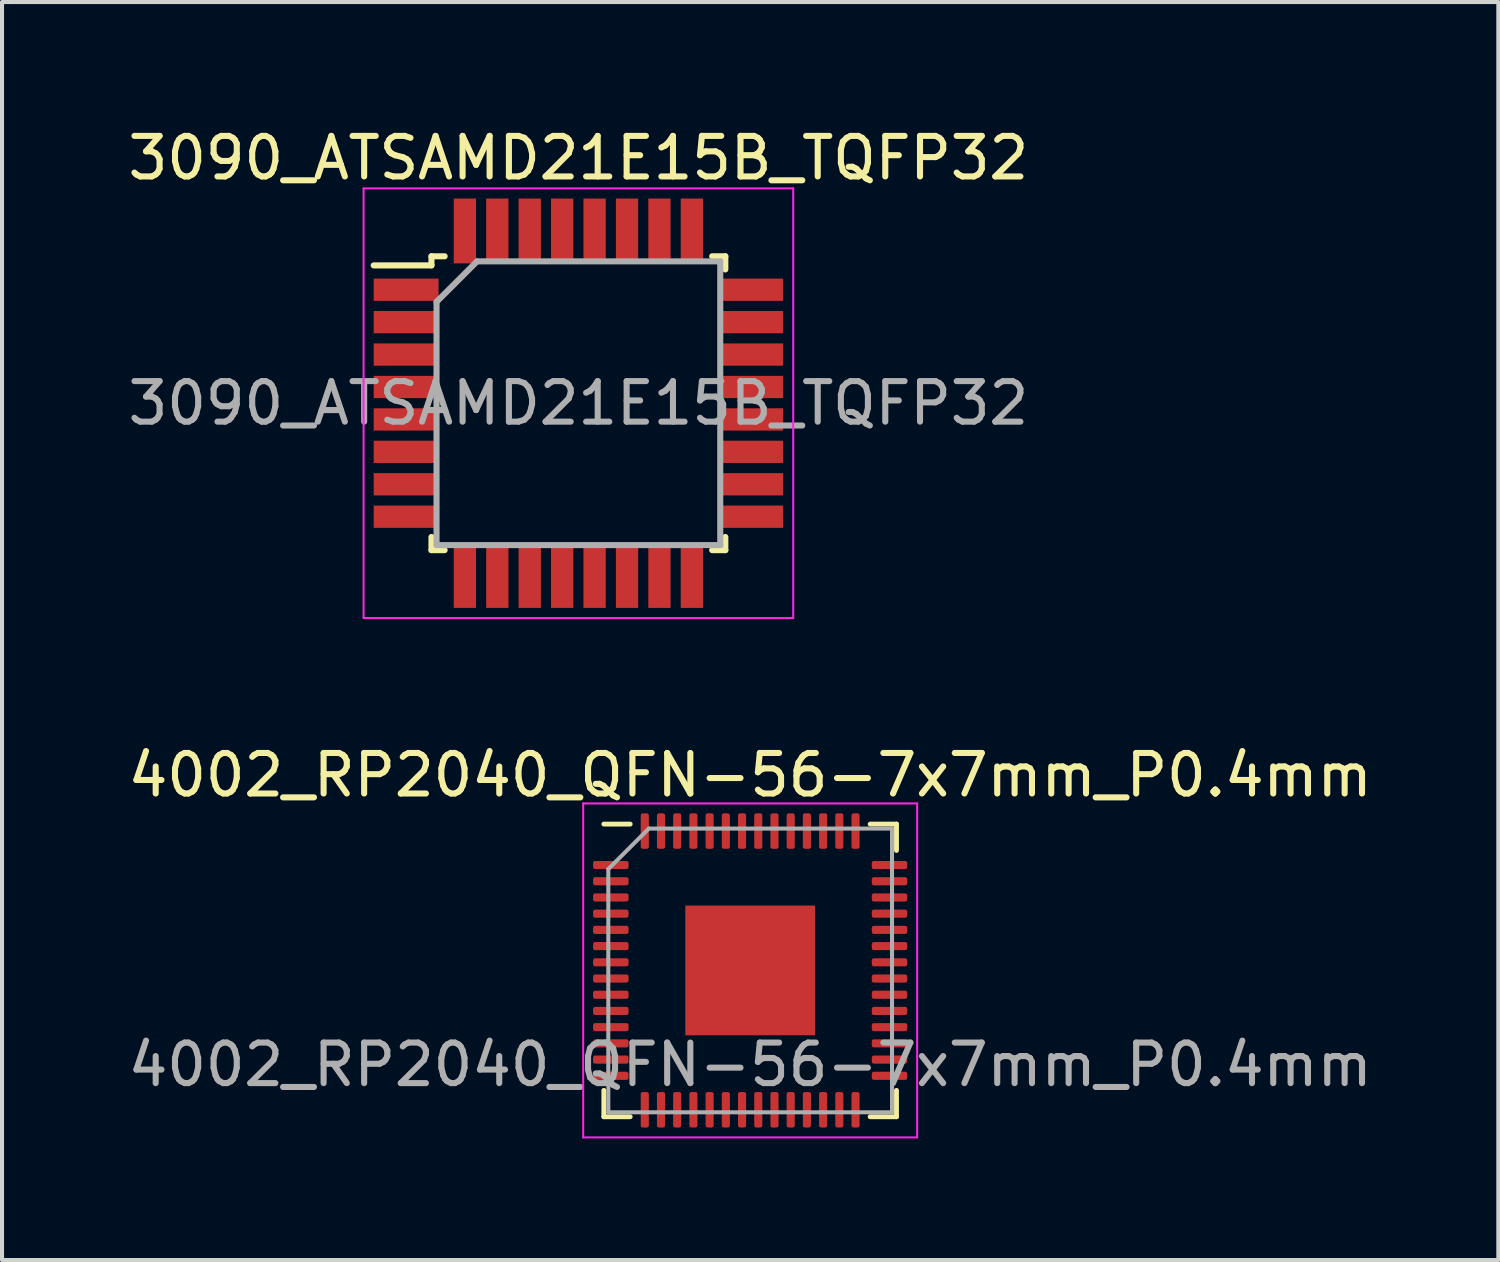
<source format=kicad_pcb>
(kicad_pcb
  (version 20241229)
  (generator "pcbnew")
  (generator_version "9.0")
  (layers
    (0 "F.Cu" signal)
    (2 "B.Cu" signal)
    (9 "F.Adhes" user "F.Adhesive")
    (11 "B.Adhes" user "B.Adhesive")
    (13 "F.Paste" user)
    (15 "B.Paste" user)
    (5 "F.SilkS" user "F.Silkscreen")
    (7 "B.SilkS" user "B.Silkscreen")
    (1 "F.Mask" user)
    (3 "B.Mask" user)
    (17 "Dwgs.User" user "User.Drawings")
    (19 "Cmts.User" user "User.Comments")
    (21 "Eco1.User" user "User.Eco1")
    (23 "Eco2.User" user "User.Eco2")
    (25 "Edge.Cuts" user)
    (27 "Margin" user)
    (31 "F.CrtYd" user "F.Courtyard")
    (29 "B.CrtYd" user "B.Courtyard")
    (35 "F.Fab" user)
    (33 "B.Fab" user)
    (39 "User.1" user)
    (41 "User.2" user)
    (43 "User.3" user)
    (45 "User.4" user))
  (footprint "3090_ATSAMD21E15B_TQFP32"
    (layer "F.Cu")
    (at 11.22 6.898)
    (property "Reference" "3090_ATSAMD21E15B_TQFP32" (at 0 -6.05 0) (layer "F.SilkS") (effects (font (size 1 1) (thickness 0.15))))
    (attr smd)
    (fp_line (start -3.625 -3.625) (end -3.625 -3.4) (stroke (width 0.15) (type solid)) (layer "F.SilkS"))
    (fp_line (start -3.625 -3.625) (end -3.3 -3.625) (stroke (width 0.15) (type solid)) (layer "F.SilkS"))
    (fp_line (start -3.625 -3.4) (end -5.05 -3.4) (stroke (width 0.15) (type solid)) (layer "F.SilkS"))
    (fp_line (start -3.625 3.625) (end -3.625 3.3) (stroke (width 0.15) (type solid)) (layer "F.SilkS"))
    (fp_line (start -3.625 3.625) (end -3.3 3.625) (stroke (width 0.15) (type solid)) (layer "F.SilkS"))
    (fp_line (start 3.625 -3.625) (end 3.3 -3.625) (stroke (width 0.15) (type solid)) (layer "F.SilkS"))
    (fp_line (start 3.625 -3.625) (end 3.625 -3.3) (stroke (width 0.15) (type solid)) (layer "F.SilkS"))
    (fp_line (start 3.625 3.625) (end 3.3 3.625) (stroke (width 0.15) (type solid)) (layer "F.SilkS"))
    (fp_line (start 3.625 3.625) (end 3.625 3.3) (stroke (width 0.15) (type solid)) (layer "F.SilkS"))
    (fp_line (start -5.3 -5.3) (end -5.3 5.3) (stroke (width 0.05) (type solid)) (layer "F.CrtYd"))
    (fp_line (start -5.3 -5.3) (end 5.3 -5.3) (stroke (width 0.05) (type solid)) (layer "F.CrtYd"))
    (fp_line (start -5.3 5.3) (end 5.3 5.3) (stroke (width 0.05) (type solid)) (layer "F.CrtYd"))
    (fp_line (start 5.3 -5.3) (end 5.3 5.3) (stroke (width 0.05) (type solid)) (layer "F.CrtYd"))
    (fp_line (start -3.5 -2.5) (end -2.5 -3.5) (stroke (width 0.15) (type solid)) (layer "F.Fab"))
    (fp_line (start -3.5 3.5) (end -3.5 -2.5) (stroke (width 0.15) (type solid)) (layer "F.Fab"))
    (fp_line (start -2.5 -3.5) (end 3.5 -3.5) (stroke (width 0.15) (type solid)) (layer "F.Fab"))
    (fp_line (start 3.5 -3.5) (end 3.5 3.5) (stroke (width 0.15) (type solid)) (layer "F.Fab"))
    (fp_line (start 3.5 3.5) (end -3.5 3.5) (stroke (width 0.15) (type solid)) (layer "F.Fab"))
    (fp_text user "${REFERENCE}" (at 0 0 0) (layer "F.Fab") (effects (font (size 1 1) (thickness 0.15))))
    (pad "1" smd rect (at -4.25 -2.8) (size 1.6 0.55) (layers "F.Cu" "F.Mask" "F.Paste"))
    (pad "2" smd rect (at -4.25 -2) (size 1.6 0.55) (layers "F.Cu" "F.Mask" "F.Paste"))
    (pad "3" smd rect (at -4.25 -1.2) (size 1.6 0.55) (layers "F.Cu" "F.Mask" "F.Paste"))
    (pad "4" smd rect (at -4.25 -0.4) (size 1.6 0.55) (layers "F.Cu" "F.Mask" "F.Paste"))
    (pad "5" smd rect (at -4.25 0.4) (size 1.6 0.55) (layers "F.Cu" "F.Mask" "F.Paste"))
    (pad "6" smd rect (at -4.25 1.2) (size 1.6 0.55) (layers "F.Cu" "F.Mask" "F.Paste"))
    (pad "7" smd rect (at -4.25 2) (size 1.6 0.55) (layers "F.Cu" "F.Mask" "F.Paste"))
    (pad "8" smd rect (at -4.25 2.8) (size 1.6 0.55) (layers "F.Cu" "F.Mask" "F.Paste"))
    (pad "9" smd rect (at -2.8 4.25 90) (size 1.6 0.55) (layers "F.Cu" "F.Mask" "F.Paste"))
    (pad "10" smd rect (at -2 4.25 90) (size 1.6 0.55) (layers "F.Cu" "F.Mask" "F.Paste"))
    (pad "11" smd rect (at -1.2 4.25 90) (size 1.6 0.55) (layers "F.Cu" "F.Mask" "F.Paste"))
    (pad "12" smd rect (at -0.4 4.25 90) (size 1.6 0.55) (layers "F.Cu" "F.Mask" "F.Paste"))
    (pad "13" smd rect (at 0.4 4.25 90) (size 1.6 0.55) (layers "F.Cu" "F.Mask" "F.Paste"))
    (pad "14" smd rect (at 1.2 4.25 90) (size 1.6 0.55) (layers "F.Cu" "F.Mask" "F.Paste"))
    (pad "15" smd rect (at 2 4.25 90) (size 1.6 0.55) (layers "F.Cu" "F.Mask" "F.Paste"))
    (pad "16" smd rect (at 2.8 4.25 90) (size 1.6 0.55) (layers "F.Cu" "F.Mask" "F.Paste"))
    (pad "17" smd rect (at 4.25 2.8) (size 1.6 0.55) (layers "F.Cu" "F.Mask" "F.Paste"))
    (pad "18" smd rect (at 4.25 2) (size 1.6 0.55) (layers "F.Cu" "F.Mask" "F.Paste"))
    (pad "19" smd rect (at 4.25 1.2) (size 1.6 0.55) (layers "F.Cu" "F.Mask" "F.Paste"))
    (pad "20" smd rect (at 4.25 0.4) (size 1.6 0.55) (layers "F.Cu" "F.Mask" "F.Paste"))
    (pad "21" smd rect (at 4.25 -0.4) (size 1.6 0.55) (layers "F.Cu" "F.Mask" "F.Paste"))
    (pad "22" smd rect (at 4.25 -1.2) (size 1.6 0.55) (layers "F.Cu" "F.Mask" "F.Paste"))
    (pad "23" smd rect (at 4.25 -2) (size 1.6 0.55) (layers "F.Cu" "F.Mask" "F.Paste"))
    (pad "24" smd rect (at 4.25 -2.8) (size 1.6 0.55) (layers "F.Cu" "F.Mask" "F.Paste"))
    (pad "25" smd rect (at 2.8 -4.25 90) (size 1.6 0.55) (layers "F.Cu" "F.Mask" "F.Paste"))
    (pad "26" smd rect (at 2 -4.25 90) (size 1.6 0.55) (layers "F.Cu" "F.Mask" "F.Paste"))
    (pad "27" smd rect (at 1.2 -4.25 90) (size 1.6 0.55) (layers "F.Cu" "F.Mask" "F.Paste"))
    (pad "28" smd rect (at 0.4 -4.25 90) (size 1.6 0.55) (layers "F.Cu" "F.Mask" "F.Paste"))
    (pad "29" smd rect (at -0.4 -4.25 90) (size 1.6 0.55) (layers "F.Cu" "F.Mask" "F.Paste"))
    (pad "30" smd rect (at -1.2 -4.25 90) (size 1.6 0.55) (layers "F.Cu" "F.Mask" "F.Paste"))
    (pad "31" smd rect (at -2 -4.25 90) (size 1.6 0.55) (layers "F.Cu" "F.Mask" "F.Paste"))
    (pad "32" smd rect (at -2.8 -4.25 90) (size 1.6 0.55) (layers "F.Cu" "F.Mask" "F.Paste")))
  (footprint "4002_RP2040_QFN-56-7x7mm_P0.4mm"
    (layer "F.Cu")
    (at 15.458 20.892)
    (property "Reference" "4002_RP2040_QFN-56-7x7mm_P0.4mm" (at 0 -4.82 0) (layer "F.SilkS") (effects (font (size 1 1) (thickness 0.15))))
    (attr smd)
    (fp_line (start -3.61 3.61) (end -3.61 2.96) (stroke (width 0.12) (type solid)) (layer "F.SilkS"))
    (fp_line (start -2.96 -3.61) (end -3.61 -3.61) (stroke (width 0.12) (type solid)) (layer "F.SilkS"))
    (fp_line (start -2.96 3.61) (end -3.61 3.61) (stroke (width 0.12) (type solid)) (layer "F.SilkS"))
    (fp_line (start 2.96 -3.61) (end 3.61 -3.61) (stroke (width 0.12) (type solid)) (layer "F.SilkS"))
    (fp_line (start 2.96 3.61) (end 3.61 3.61) (stroke (width 0.12) (type solid)) (layer "F.SilkS"))
    (fp_line (start 3.61 -3.61) (end 3.61 -2.96) (stroke (width 0.12) (type solid)) (layer "F.SilkS"))
    (fp_line (start 3.61 3.61) (end 3.61 2.96) (stroke (width 0.12) (type solid)) (layer "F.SilkS"))
    (fp_line (start -4.12 -4.12) (end -4.12 4.12) (stroke (width 0.05) (type solid)) (layer "F.CrtYd"))
    (fp_line (start -4.12 4.12) (end 4.12 4.12) (stroke (width 0.05) (type solid)) (layer "F.CrtYd"))
    (fp_line (start 4.12 -4.12) (end -4.12 -4.12) (stroke (width 0.05) (type solid)) (layer "F.CrtYd"))
    (fp_line (start 4.12 4.12) (end 4.12 -4.12) (stroke (width 0.05) (type solid)) (layer "F.CrtYd"))
    (fp_line (start -3.5 -2.5) (end -2.5 -3.5) (stroke (width 0.1) (type solid)) (layer "F.Fab"))
    (fp_line (start -3.5 3.5) (end -3.5 -2.5) (stroke (width 0.1) (type solid)) (layer "F.Fab"))
    (fp_line (start -2.5 -3.5) (end 3.5 -3.5) (stroke (width 0.1) (type solid)) (layer "F.Fab"))
    (fp_line (start 3.5 -3.5) (end 3.5 3.5) (stroke (width 0.1) (type solid)) (layer "F.Fab"))
    (fp_line (start 3.5 3.5) (end -3.5 3.5) (stroke (width 0.1) (type solid)) (layer "F.Fab"))
    (fp_text user "${REFERENCE}" (at 0 2.325 0) (layer "F.Fab") (effects (font (size 1 1) (thickness 0.15))))
    (pad "" smd roundrect (at -0.7 -0.7) (size 1.13 1.13) (layers "F.Paste") (roundrect_rratio 0.221))
    (pad "" smd roundrect (at -0.7 0.7) (size 1.13 1.13) (layers "F.Paste") (roundrect_rratio 0.221))
    (pad "" smd roundrect (at 0.7 -0.7) (size 1.13 1.13) (layers "F.Paste") (roundrect_rratio 0.221))
    (pad "" smd roundrect (at 0.7 0.7) (size 1.13 1.13) (layers "F.Paste") (roundrect_rratio 0.221))
    (pad "0" smd rect (at 0 0) (size 3.2 3.2) (layers "F.Cu" "F.Mask"))
    (pad "1" smd roundrect (at -3.438 -2.6) (size 0.875 0.2) (layers "F.Cu" "F.Mask" "F.Paste") (roundrect_rratio 0.25))
    (pad "2" smd roundrect (at -3.438 -2.2) (size 0.875 0.2) (layers "F.Cu" "F.Mask" "F.Paste") (roundrect_rratio 0.25))
    (pad "3" smd roundrect (at -3.438 -1.8) (size 0.875 0.2) (layers "F.Cu" "F.Mask" "F.Paste") (roundrect_rratio 0.25))
    (pad "4" smd roundrect (at -3.438 -1.4) (size 0.875 0.2) (layers "F.Cu" "F.Mask" "F.Paste") (roundrect_rratio 0.25))
    (pad "5" smd roundrect (at -3.438 -1) (size 0.875 0.2) (layers "F.Cu" "F.Mask" "F.Paste") (roundrect_rratio 0.25))
    (pad "6" smd roundrect (at -3.438 -0.6) (size 0.875 0.2) (layers "F.Cu" "F.Mask" "F.Paste") (roundrect_rratio 0.25))
    (pad "7" smd roundrect (at -3.438 -0.2) (size 0.875 0.2) (layers "F.Cu" "F.Mask" "F.Paste") (roundrect_rratio 0.25))
    (pad "8" smd roundrect (at -3.438 0.2) (size 0.875 0.2) (layers "F.Cu" "F.Mask" "F.Paste") (roundrect_rratio 0.25))
    (pad "9" smd roundrect (at -3.438 0.6) (size 0.875 0.2) (layers "F.Cu" "F.Mask" "F.Paste") (roundrect_rratio 0.25))
    (pad "10" smd roundrect (at -3.438 1) (size 0.875 0.2) (layers "F.Cu" "F.Mask" "F.Paste") (roundrect_rratio 0.25))
    (pad "11" smd roundrect (at -3.438 1.4) (size 0.875 0.2) (layers "F.Cu" "F.Mask" "F.Paste") (roundrect_rratio 0.25))
    (pad "12" smd roundrect (at -3.438 1.8) (size 0.875 0.2) (layers "F.Cu" "F.Mask" "F.Paste") (roundrect_rratio 0.25))
    (pad "13" smd roundrect (at -3.438 2.2) (size 0.875 0.2) (layers "F.Cu" "F.Mask" "F.Paste") (roundrect_rratio 0.25))
    (pad "14" smd roundrect (at -3.438 2.6) (size 0.875 0.2) (layers "F.Cu" "F.Mask" "F.Paste") (roundrect_rratio 0.25))
    (pad "15" smd roundrect (at -2.6 3.438) (size 0.2 0.875) (layers "F.Cu" "F.Mask" "F.Paste") (roundrect_rratio 0.25))
    (pad "16" smd roundrect (at -2.2 3.438) (size 0.2 0.875) (layers "F.Cu" "F.Mask" "F.Paste") (roundrect_rratio 0.25))
    (pad "17" smd roundrect (at -1.8 3.438) (size 0.2 0.875) (layers "F.Cu" "F.Mask" "F.Paste") (roundrect_rratio 0.25))
    (pad "18" smd roundrect (at -1.4 3.438) (size 0.2 0.875) (layers "F.Cu" "F.Mask" "F.Paste") (roundrect_rratio 0.25))
    (pad "19" smd roundrect (at -1 3.438) (size 0.2 0.875) (layers "F.Cu" "F.Mask" "F.Paste") (roundrect_rratio 0.25))
    (pad "20" smd roundrect (at -0.6 3.438) (size 0.2 0.875) (layers "F.Cu" "F.Mask" "F.Paste") (roundrect_rratio 0.25))
    (pad "21" smd roundrect (at -0.2 3.438) (size 0.2 0.875) (layers "F.Cu" "F.Mask" "F.Paste") (roundrect_rratio 0.25))
    (pad "22" smd roundrect (at 0.2 3.438) (size 0.2 0.875) (layers "F.Cu" "F.Mask" "F.Paste") (roundrect_rratio 0.25))
    (pad "23" smd roundrect (at 0.6 3.438) (size 0.2 0.875) (layers "F.Cu" "F.Mask" "F.Paste") (roundrect_rratio 0.25))
    (pad "24" smd roundrect (at 1 3.438) (size 0.2 0.875) (layers "F.Cu" "F.Mask" "F.Paste") (roundrect_rratio 0.25))
    (pad "25" smd roundrect (at 1.4 3.438) (size 0.2 0.875) (layers "F.Cu" "F.Mask" "F.Paste") (roundrect_rratio 0.25))
    (pad "26" smd roundrect (at 1.8 3.438) (size 0.2 0.875) (layers "F.Cu" "F.Mask" "F.Paste") (roundrect_rratio 0.25))
    (pad "27" smd roundrect (at 2.2 3.438) (size 0.2 0.875) (layers "F.Cu" "F.Mask" "F.Paste") (roundrect_rratio 0.25))
    (pad "28" smd roundrect (at 2.6 3.438) (size 0.2 0.875) (layers "F.Cu" "F.Mask" "F.Paste") (roundrect_rratio 0.25))
    (pad "29" smd roundrect (at 3.438 2.6) (size 0.875 0.2) (layers "F.Cu" "F.Mask" "F.Paste") (roundrect_rratio 0.25))
    (pad "30" smd roundrect (at 3.438 2.2) (size 0.875 0.2) (layers "F.Cu" "F.Mask" "F.Paste") (roundrect_rratio 0.25))
    (pad "31" smd roundrect (at 3.438 1.8) (size 0.875 0.2) (layers "F.Cu" "F.Mask" "F.Paste") (roundrect_rratio 0.25))
    (pad "32" smd roundrect (at 3.438 1.4) (size 0.875 0.2) (layers "F.Cu" "F.Mask" "F.Paste") (roundrect_rratio 0.25))
    (pad "33" smd roundrect (at 3.438 1) (size 0.875 0.2) (layers "F.Cu" "F.Mask" "F.Paste") (roundrect_rratio 0.25))
    (pad "34" smd roundrect (at 3.438 0.6) (size 0.875 0.2) (layers "F.Cu" "F.Mask" "F.Paste") (roundrect_rratio 0.25))
    (pad "35" smd roundrect (at 3.438 0.2) (size 0.875 0.2) (layers "F.Cu" "F.Mask" "F.Paste") (roundrect_rratio 0.25))
    (pad "36" smd roundrect (at 3.438 -0.2) (size 0.875 0.2) (layers "F.Cu" "F.Mask" "F.Paste") (roundrect_rratio 0.25))
    (pad "37" smd roundrect (at 3.438 -0.6) (size 0.875 0.2) (layers "F.Cu" "F.Mask" "F.Paste") (roundrect_rratio 0.25))
    (pad "38" smd roundrect (at 3.438 -1) (size 0.875 0.2) (layers "F.Cu" "F.Mask" "F.Paste") (roundrect_rratio 0.25))
    (pad "39" smd roundrect (at 3.438 -1.4) (size 0.875 0.2) (layers "F.Cu" "F.Mask" "F.Paste") (roundrect_rratio 0.25))
    (pad "40" smd roundrect (at 3.438 -1.8) (size 0.875 0.2) (layers "F.Cu" "F.Mask" "F.Paste") (roundrect_rratio 0.25))
    (pad "41" smd roundrect (at 3.438 -2.2) (size 0.875 0.2) (layers "F.Cu" "F.Mask" "F.Paste") (roundrect_rratio 0.25))
    (pad "42" smd roundrect (at 3.438 -2.6) (size 0.875 0.2) (layers "F.Cu" "F.Mask" "F.Paste") (roundrect_rratio 0.25))
    (pad "43" smd roundrect (at 2.6 -3.438) (size 0.2 0.875) (layers "F.Cu" "F.Mask" "F.Paste") (roundrect_rratio 0.25))
    (pad "44" smd roundrect (at 2.2 -3.438) (size 0.2 0.875) (layers "F.Cu" "F.Mask" "F.Paste") (roundrect_rratio 0.25))
    (pad "45" smd roundrect (at 1.8 -3.438) (size 0.2 0.875) (layers "F.Cu" "F.Mask" "F.Paste") (roundrect_rratio 0.25))
    (pad "46" smd roundrect (at 1.4 -3.438) (size 0.2 0.875) (layers "F.Cu" "F.Mask" "F.Paste") (roundrect_rratio 0.25))
    (pad "47" smd roundrect (at 1 -3.438) (size 0.2 0.875) (layers "F.Cu" "F.Mask" "F.Paste") (roundrect_rratio 0.25))
    (pad "48" smd roundrect (at 0.6 -3.438) (size 0.2 0.875) (layers "F.Cu" "F.Mask" "F.Paste") (roundrect_rratio 0.25))
    (pad "49" smd roundrect (at 0.2 -3.438) (size 0.2 0.875) (layers "F.Cu" "F.Mask" "F.Paste") (roundrect_rratio 0.25))
    (pad "50" smd roundrect (at -0.2 -3.438) (size 0.2 0.875) (layers "F.Cu" "F.Mask" "F.Paste") (roundrect_rratio 0.25))
    (pad "51" smd roundrect (at -0.6 -3.438) (size 0.2 0.875) (layers "F.Cu" "F.Mask" "F.Paste") (roundrect_rratio 0.25))
    (pad "52" smd roundrect (at -1 -3.438) (size 0.2 0.875) (layers "F.Cu" "F.Mask" "F.Paste") (roundrect_rratio 0.25))
    (pad "53" smd roundrect (at -1.4 -3.438) (size 0.2 0.875) (layers "F.Cu" "F.Mask" "F.Paste") (roundrect_rratio 0.25))
    (pad "54" smd roundrect (at -1.8 -3.438) (size 0.2 0.875) (layers "F.Cu" "F.Mask" "F.Paste") (roundrect_rratio 0.25))
    (pad "55" smd roundrect (at -2.2 -3.438) (size 0.2 0.875) (layers "F.Cu" "F.Mask" "F.Paste") (roundrect_rratio 0.25))
    (pad "56" smd roundrect (at -2.6 -3.438) (size 0.2 0.875) (layers "F.Cu" "F.Mask" "F.Paste") (roundrect_rratio 0.25)))
  (gr_rect
    (start -3 -3)
    (end 33.917 28.037)
    (stroke (width 0.1) (type default))
    (fill no)
    (layer "Edge.Cuts")))
</source>
